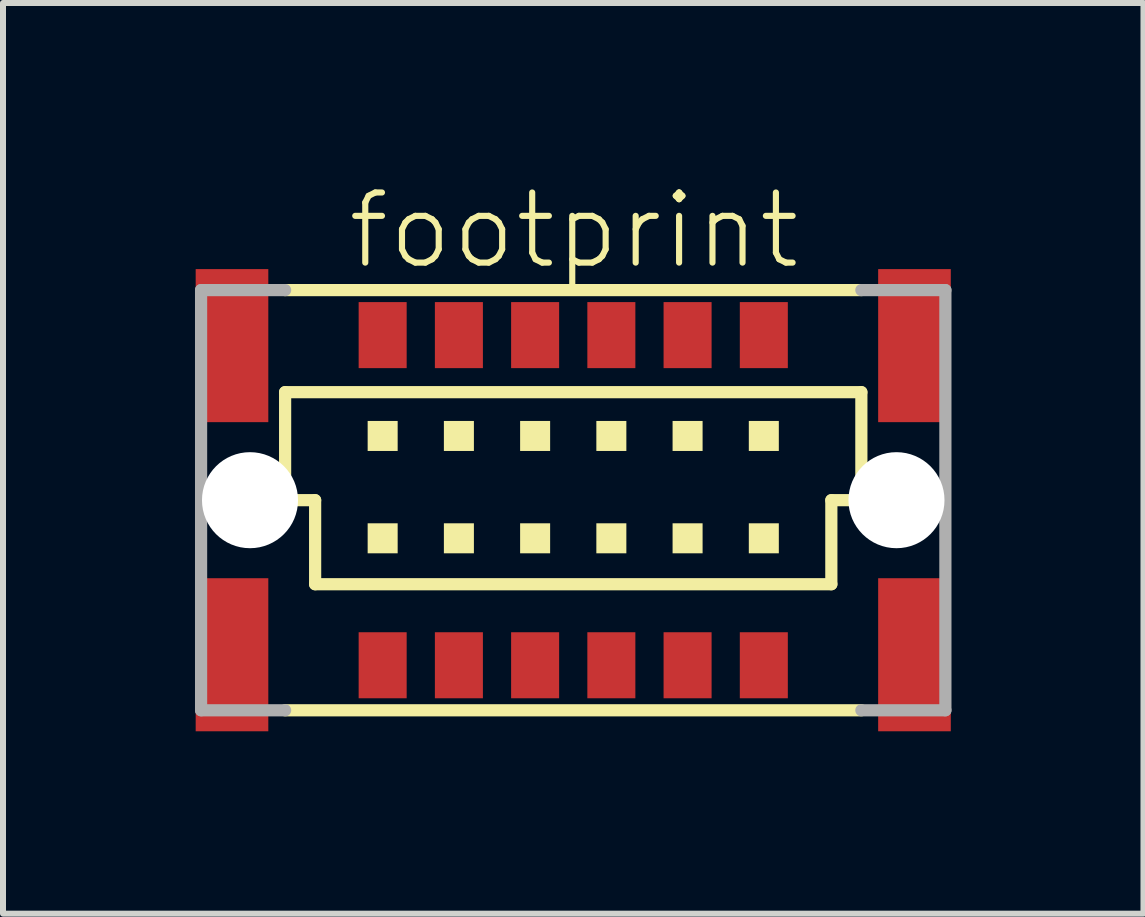
<source format=kicad_pcb>
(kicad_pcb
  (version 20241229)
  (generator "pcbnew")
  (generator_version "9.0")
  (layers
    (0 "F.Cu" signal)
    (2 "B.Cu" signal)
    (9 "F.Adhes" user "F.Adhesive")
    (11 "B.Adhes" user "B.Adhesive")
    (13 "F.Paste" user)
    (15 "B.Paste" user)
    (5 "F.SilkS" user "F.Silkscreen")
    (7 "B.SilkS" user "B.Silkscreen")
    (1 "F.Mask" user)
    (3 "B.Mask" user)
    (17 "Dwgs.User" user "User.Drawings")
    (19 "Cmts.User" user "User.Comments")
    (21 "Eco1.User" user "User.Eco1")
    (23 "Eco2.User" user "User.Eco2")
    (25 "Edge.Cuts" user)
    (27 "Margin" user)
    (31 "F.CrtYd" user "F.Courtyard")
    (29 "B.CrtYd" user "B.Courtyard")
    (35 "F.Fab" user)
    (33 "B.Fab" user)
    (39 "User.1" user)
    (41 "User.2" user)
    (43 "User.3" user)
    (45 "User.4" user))
  (footprint "footprint"
    (layer "F.Cu")
    (at 6.5 5.283)
    (property "Reference" "footprint" (at -3.81 -3.81 0) (layer "F.SilkS") (effects (font (size 1.168 1.168) (thickness 0.102)) (justify left bottom)))
    (fp_poly (pts (xy -6.29 -1.3) (xy -5.08 -1.3) (xy -5.08 -3.85) (xy -6.29 -3.85)) (stroke (width 0) (type solid)) (fill yes) (layer "F.Cu"))
    (fp_poly (pts (xy -6.29 3.85) (xy -5.08 3.85) (xy -5.08 1.3) (xy -6.29 1.3)) (stroke (width 0) (type solid)) (fill yes) (layer "F.Cu"))
    (fp_poly (pts (xy 5.08 -1.3) (xy 6.29 -1.3) (xy 6.29 -3.85) (xy 5.08 -3.85)) (stroke (width 0) (type solid)) (fill yes) (layer "F.Cu"))
    (fp_poly (pts (xy 5.08 3.85) (xy 6.29 3.85) (xy 6.29 1.3) (xy 5.08 1.3)) (stroke (width 0) (type solid)) (fill yes) (layer "F.Cu"))
    (fp_poly (pts (xy -6.338 -1.262) (xy -5.05 -1.262) (xy -5.05 -3.888) (xy -6.338 -3.888)) (stroke (width 0) (type solid)) (fill yes) (layer "F.Mask"))
    (fp_poly (pts (xy -6.325 3.888) (xy -5.037 3.888) (xy -5.037 1.262) (xy -6.325 1.262)) (stroke (width 0) (type solid)) (fill yes) (layer "F.Mask"))
    (fp_poly (pts (xy 5.038 -1.262) (xy 6.325 -1.262) (xy 6.325 -3.888) (xy 5.038 -3.888)) (stroke (width 0) (type solid)) (fill yes) (layer "F.Mask"))
    (fp_poly (pts (xy 5.038 3.888) (xy 6.325 3.888) (xy 6.325 1.262) (xy 5.038 1.262)) (stroke (width 0) (type solid)) (fill yes) (layer "F.Mask"))
    (fp_line (start -4.8 -3.5) (end 4.8 -3.5) (stroke (width 0.203) (type solid)) (layer "F.SilkS"))
    (fp_line (start -4.8 -1.8) (end 4.8 -1.8) (stroke (width 0.203) (type solid)) (layer "F.SilkS"))
    (fp_line (start -4.8 0) (end -4.8 -1.8) (stroke (width 0.203) (type solid)) (layer "F.SilkS"))
    (fp_line (start -4.3 0) (end -4.8 0) (stroke (width 0.203) (type solid)) (layer "F.SilkS"))
    (fp_line (start -4.3 1.4) (end -4.3 0) (stroke (width 0.203) (type solid)) (layer "F.SilkS"))
    (fp_line (start 4.3 0) (end 4.3 1.4) (stroke (width 0.203) (type solid)) (layer "F.SilkS"))
    (fp_line (start 4.3 1.4) (end -4.3 1.4) (stroke (width 0.203) (type solid)) (layer "F.SilkS"))
    (fp_line (start 4.8 -1.8) (end 4.8 0) (stroke (width 0.203) (type solid)) (layer "F.SilkS"))
    (fp_line (start 4.8 0) (end 4.3 0) (stroke (width 0.203) (type solid)) (layer "F.SilkS"))
    (fp_line (start 4.8 3.5) (end -4.8 3.5) (stroke (width 0.203) (type solid)) (layer "F.SilkS"))
    (fp_poly (pts (xy -3.425 -0.82) (xy -2.925 -0.82) (xy -2.925 -1.32) (xy -3.425 -1.32)) (stroke (width 0) (type solid)) (fill yes) (layer "F.SilkS"))
    (fp_poly (pts (xy -3.425 0.885) (xy -2.925 0.885) (xy -2.925 0.385) (xy -3.425 0.385)) (stroke (width 0) (type solid)) (fill yes) (layer "F.SilkS"))
    (fp_poly (pts (xy -2.155 -0.82) (xy -1.655 -0.82) (xy -1.655 -1.32) (xy -2.155 -1.32)) (stroke (width 0) (type solid)) (fill yes) (layer "F.SilkS"))
    (fp_poly (pts (xy -2.155 0.885) (xy -1.655 0.885) (xy -1.655 0.385) (xy -2.155 0.385)) (stroke (width 0) (type solid)) (fill yes) (layer "F.SilkS"))
    (fp_poly (pts (xy -0.885 -0.82) (xy -0.385 -0.82) (xy -0.385 -1.32) (xy -0.885 -1.32)) (stroke (width 0) (type solid)) (fill yes) (layer "F.SilkS"))
    (fp_poly (pts (xy -0.885 0.885) (xy -0.385 0.885) (xy -0.385 0.385) (xy -0.885 0.385)) (stroke (width 0) (type solid)) (fill yes) (layer "F.SilkS"))
    (fp_poly (pts (xy 0.385 -0.82) (xy 0.885 -0.82) (xy 0.885 -1.32) (xy 0.385 -1.32)) (stroke (width 0) (type solid)) (fill yes) (layer "F.SilkS"))
    (fp_poly (pts (xy 0.385 0.885) (xy 0.885 0.885) (xy 0.885 0.385) (xy 0.385 0.385)) (stroke (width 0) (type solid)) (fill yes) (layer "F.SilkS"))
    (fp_poly (pts (xy 1.655 -0.82) (xy 2.155 -0.82) (xy 2.155 -1.32) (xy 1.655 -1.32)) (stroke (width 0) (type solid)) (fill yes) (layer "F.SilkS"))
    (fp_poly (pts (xy 1.655 0.885) (xy 2.155 0.885) (xy 2.155 0.385) (xy 1.655 0.385)) (stroke (width 0) (type solid)) (fill yes) (layer "F.SilkS"))
    (fp_poly (pts (xy 2.925 -0.82) (xy 3.425 -0.82) (xy 3.425 -1.32) (xy 2.925 -1.32)) (stroke (width 0) (type solid)) (fill yes) (layer "F.SilkS"))
    (fp_poly (pts (xy 2.925 0.885) (xy 3.425 0.885) (xy 3.425 0.385) (xy 2.925 0.385)) (stroke (width 0) (type solid)) (fill yes) (layer "F.SilkS"))
    (fp_poly (pts (xy -6.25 -1.337) (xy -5.112 -1.337) (xy -5.112 -3.812) (xy -6.25 -3.812)) (stroke (width 0) (type solid)) (fill yes) (layer "F.Paste"))
    (fp_poly (pts (xy -6.25 3.812) (xy -5.112 3.812) (xy -5.112 1.337) (xy -6.25 1.337)) (stroke (width 0) (type solid)) (fill yes) (layer "F.Paste"))
    (fp_poly (pts (xy 5.113 -1.337) (xy 6.25 -1.337) (xy 6.25 -3.812) (xy 5.113 -3.812)) (stroke (width 0) (type solid)) (fill yes) (layer "F.Paste"))
    (fp_poly (pts (xy 5.113 3.825) (xy 6.25 3.825) (xy 6.25 1.35) (xy 5.113 1.35)) (stroke (width 0) (type solid)) (fill yes) (layer "F.Paste"))
    (fp_line (start -6.2 -3.5) (end -4.8 -3.5) (stroke (width 0.203) (type solid)) (layer "F.Fab"))
    (fp_line (start -6.2 3.5) (end -6.2 -3.5) (stroke (width 0.203) (type solid)) (layer "F.Fab"))
    (fp_line (start -4.8 3.5) (end -6.2 3.5) (stroke (width 0.203) (type solid)) (layer "F.Fab"))
    (fp_line (start 4.8 -3.5) (end 6.2 -3.5) (stroke (width 0.203) (type solid)) (layer "F.Fab"))
    (fp_line (start 6.2 -3.5) (end 6.2 3.5) (stroke (width 0.203) (type solid)) (layer "F.Fab"))
    (fp_line (start 6.2 3.5) (end 4.8 3.5) (stroke (width 0.203) (type solid)) (layer "F.Fab"))
    (pad "" np_thru_hole circle (at -5.385 0) (size 1.6 1.6) (drill 1.6) (layers "*.Cu" "*.Mask"))
    (pad "" np_thru_hole circle (at 5.385 0) (size 1.6 1.6) (drill 1.6) (layers "*.Cu" "*.Mask"))
    (pad "A1" smd rect (at 3.175 2.75) (size 0.8 1.1) (layers "F.Cu" "F.Mask" "F.Paste"))
    (pad "A2" smd rect (at 1.905 2.75) (size 0.8 1.1) (layers "F.Cu" "F.Mask" "F.Paste"))
    (pad "A3" smd rect (at 0.635 2.75) (size 0.8 1.1) (layers "F.Cu" "F.Mask" "F.Paste"))
    (pad "A4" smd rect (at -0.635 2.75) (size 0.8 1.1) (layers "F.Cu" "F.Mask" "F.Paste"))
    (pad "A5" smd rect (at -1.905 2.75) (size 0.8 1.1) (layers "F.Cu" "F.Mask" "F.Paste"))
    (pad "A6" smd rect (at -3.175 2.75) (size 0.8 1.1) (layers "F.Cu" "F.Mask" "F.Paste"))
    (pad "B1" smd rect (at 3.175 -2.75) (size 0.8 1.1) (layers "F.Cu" "F.Mask" "F.Paste"))
    (pad "B2" smd rect (at 1.905 -2.75) (size 0.8 1.1) (layers "F.Cu" "F.Mask" "F.Paste"))
    (pad "B3" smd rect (at 0.635 -2.75) (size 0.8 1.1) (layers "F.Cu" "F.Mask" "F.Paste"))
    (pad "B4" smd rect (at -0.635 -2.75) (size 0.8 1.1) (layers "F.Cu" "F.Mask" "F.Paste"))
    (pad "B5" smd rect (at -1.905 -2.75) (size 0.8 1.1) (layers "F.Cu" "F.Mask" "F.Paste"))
    (pad "B6" smd rect (at -3.175 -2.75) (size 0.8 1.1) (layers "F.Cu" "F.Mask" "F.Paste"))
    (zone (net_name "") (layer "F.Cu") (hatch edge 0.508) (connect_pads) (min_thickness 0.254) (filled_areas_thickness no) (keepout (tracks not_allowed) (vias not_allowed) (pads not_allowed) (copperpour not_allowed) (footprints allowed)) (placement (enabled no)) (fill) (polygon (pts (xy 0 6.383) (xy 2.2 6.383) (xy 2.2 4.183) (xy 0 4.183))))
    (zone (net_name "") (layer "F.Cu") (hatch edge 0.508) (connect_pads) (min_thickness 0.254) (filled_areas_thickness no) (keepout (tracks not_allowed) (vias not_allowed) (pads not_allowed) (copperpour not_allowed) (footprints allowed)) (placement (enabled no)) (fill) (polygon (pts (xy 10.8 6.383) (xy 13 6.383) (xy 13 4.183) (xy 10.8 4.183))))
    (zone (net_name "") (layers "F.Cu" "B.Cu") (hatch edge 0.508) (connect_pads) (min_thickness 0.254) (filled_areas_thickness no) (keepout (tracks allowed) (vias not_allowed) (pads allowed) (copperpour allowed) (footprints allowed)) (placement (enabled no)) (fill) (polygon (pts (xy 0 6.383) (xy 2.2 6.383) (xy 2.2 4.183) (xy 0 4.183))))
    (zone (net_name "") (layers "F.Cu" "B.Cu") (hatch edge 0.508) (connect_pads) (min_thickness 0.254) (filled_areas_thickness no) (keepout (tracks allowed) (vias not_allowed) (pads allowed) (copperpour allowed) (footprints allowed)) (placement (enabled no)) (fill) (polygon (pts (xy 10.8 6.383) (xy 13 6.383) (xy 13 4.183) (xy 10.8 4.183))))
    (zone (net_name "") (layer "B.Cu") (hatch edge 0.508) (connect_pads) (min_thickness 0.254) (filled_areas_thickness no) (keepout (tracks not_allowed) (vias not_allowed) (pads not_allowed) (copperpour not_allowed) (footprints allowed)) (placement (enabled no)) (fill) (polygon (pts (xy 0 6.383) (xy 2.2 6.383) (xy 2.2 4.183) (xy 0 4.183))))
    (zone (net_name "") (layer "B.Cu") (hatch edge 0.508) (connect_pads) (min_thickness 0.254) (filled_areas_thickness no) (keepout (tracks not_allowed) (vias not_allowed) (pads not_allowed) (copperpour not_allowed) (footprints allowed)) (placement (enabled no)) (fill) (polygon (pts (xy 10.8 6.383) (xy 13 6.383) (xy 13 4.183) (xy 10.8 4.183)))))
  (gr_rect
    (start -3 -3)
    (end 16 12.171)
    (stroke (width 0.1) (type default))
    (fill no)
    (layer "Edge.Cuts")))
</source>
